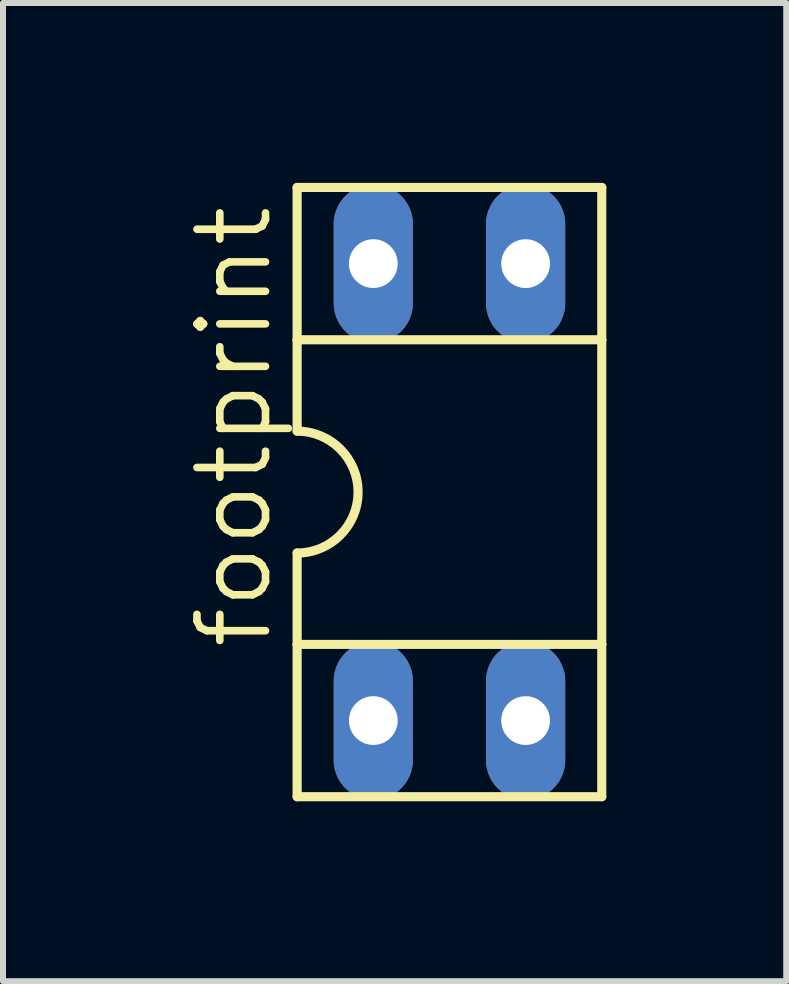
<source format=kicad_pcb>
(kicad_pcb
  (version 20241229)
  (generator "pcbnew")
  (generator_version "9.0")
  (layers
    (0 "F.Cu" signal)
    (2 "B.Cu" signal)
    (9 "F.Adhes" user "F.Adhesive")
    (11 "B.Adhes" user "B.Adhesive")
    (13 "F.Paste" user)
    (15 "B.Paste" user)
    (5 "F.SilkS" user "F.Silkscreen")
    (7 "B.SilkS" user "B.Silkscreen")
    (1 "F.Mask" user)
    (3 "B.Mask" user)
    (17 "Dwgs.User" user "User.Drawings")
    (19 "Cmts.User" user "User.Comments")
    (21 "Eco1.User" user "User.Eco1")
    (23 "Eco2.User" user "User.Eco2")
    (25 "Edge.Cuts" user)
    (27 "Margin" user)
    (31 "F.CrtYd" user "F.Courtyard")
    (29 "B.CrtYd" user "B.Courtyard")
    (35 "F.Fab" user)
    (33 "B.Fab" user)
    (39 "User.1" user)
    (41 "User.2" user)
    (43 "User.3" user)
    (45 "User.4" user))
  (footprint "footprint"
    (layer "F.Cu")
    (at 4.445 5.156)
    (property "Reference" "footprint" (at -2.921 2.667 90) (layer "F.SilkS") (effects (font (size 1.143 1.143) (thickness 0.127)) (justify left bottom)))
    (fp_line (start -2.54 -5.08) (end -2.54 -2.54) (stroke (width 0.152) (type solid)) (layer "F.SilkS"))
    (fp_line (start -2.54 -2.54) (end -2.54 -1.016) (stroke (width 0.152) (type solid)) (layer "F.SilkS"))
    (fp_line (start -2.54 -2.54) (end 2.54 -2.54) (stroke (width 0.152) (type solid)) (layer "F.SilkS"))
    (fp_line (start -2.54 2.54) (end -2.54 1.016) (stroke (width 0.152) (type solid)) (layer "F.SilkS"))
    (fp_line (start -2.54 2.54) (end 2.54 2.54) (stroke (width 0.152) (type solid)) (layer "F.SilkS"))
    (fp_line (start -2.54 5.08) (end -2.54 2.54) (stroke (width 0.152) (type solid)) (layer "F.SilkS"))
    (fp_line (start -2.54 5.08) (end 2.54 5.08) (stroke (width 0.152) (type solid)) (layer "F.SilkS"))
    (fp_line (start 2.54 -5.08) (end -2.54 -5.08) (stroke (width 0.152) (type solid)) (layer "F.SilkS"))
    (fp_line (start 2.54 -5.08) (end 2.54 -2.54) (stroke (width 0.152) (type solid)) (layer "F.SilkS"))
    (fp_line (start 2.54 -2.54) (end 2.54 2.54) (stroke (width 0.152) (type solid)) (layer "F.SilkS"))
    (fp_line (start 2.54 2.54) (end 2.54 5.08) (stroke (width 0.152) (type solid)) (layer "F.SilkS"))
    (fp_arc (start -2.54 -1.016) (mid -1.524 0) (end -2.54 1.016) (stroke (width 0.1524) (type solid)) (layer "F.SilkS"))
    (pad "1" thru_hole oval (at -1.27 3.81 90) (size 2.642 1.321) (drill 0.813) (layers "*.Cu" "*.Mask"))
    (pad "2" thru_hole oval (at 1.27 3.81 90) (size 2.642 1.321) (drill 0.813) (layers "*.Cu" "*.Mask"))
    (pad "3" thru_hole oval (at 1.27 -3.81 270) (size 2.642 1.321) (drill 0.813) (layers "*.Cu" "*.Mask"))
    (pad "4" thru_hole oval (at -1.27 -3.81 270) (size 2.642 1.321) (drill 0.813) (layers "*.Cu" "*.Mask")))
  (gr_rect
    (start -3 -3)
    (end 10.061 13.312)
    (stroke (width 0.1) (type default))
    (fill no)
    (layer "Edge.Cuts")))
</source>
